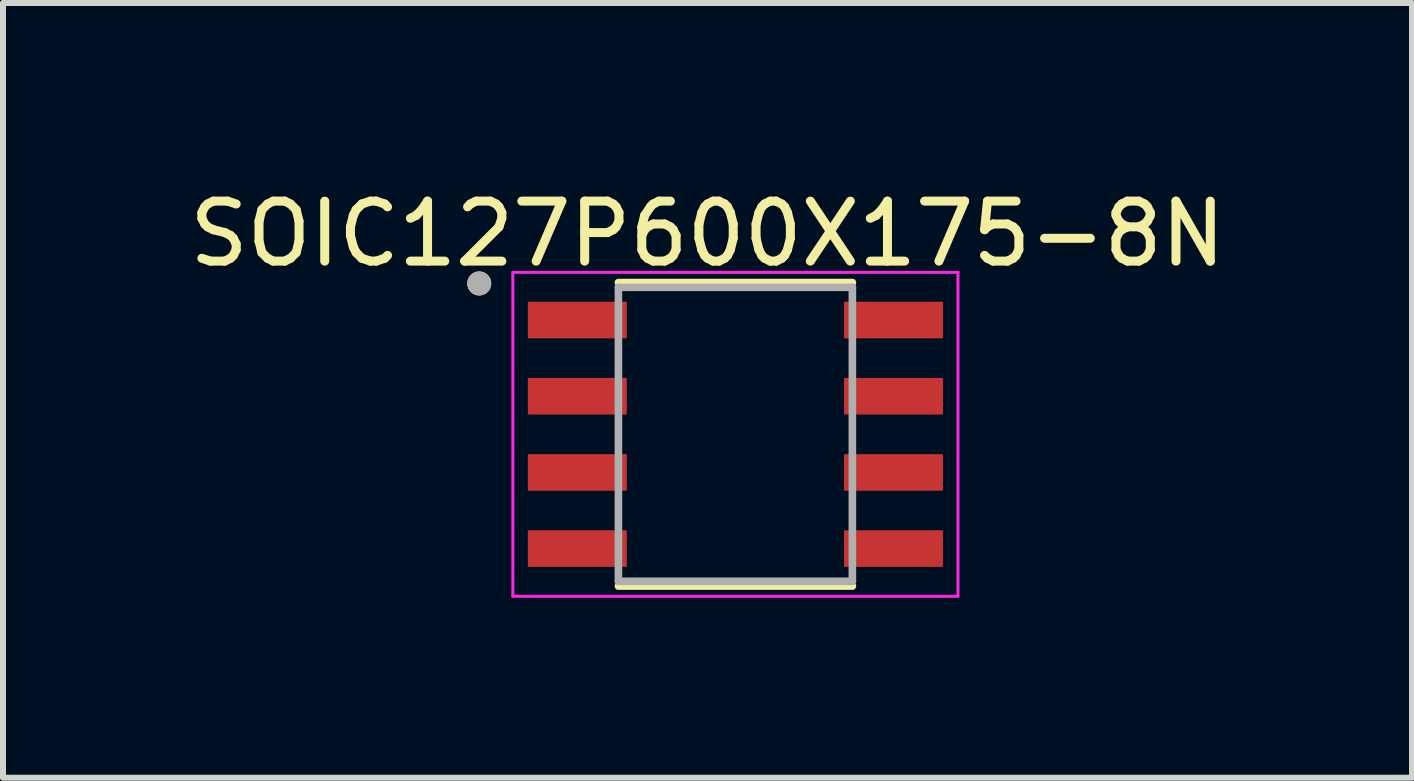
<source format=kicad_pcb>
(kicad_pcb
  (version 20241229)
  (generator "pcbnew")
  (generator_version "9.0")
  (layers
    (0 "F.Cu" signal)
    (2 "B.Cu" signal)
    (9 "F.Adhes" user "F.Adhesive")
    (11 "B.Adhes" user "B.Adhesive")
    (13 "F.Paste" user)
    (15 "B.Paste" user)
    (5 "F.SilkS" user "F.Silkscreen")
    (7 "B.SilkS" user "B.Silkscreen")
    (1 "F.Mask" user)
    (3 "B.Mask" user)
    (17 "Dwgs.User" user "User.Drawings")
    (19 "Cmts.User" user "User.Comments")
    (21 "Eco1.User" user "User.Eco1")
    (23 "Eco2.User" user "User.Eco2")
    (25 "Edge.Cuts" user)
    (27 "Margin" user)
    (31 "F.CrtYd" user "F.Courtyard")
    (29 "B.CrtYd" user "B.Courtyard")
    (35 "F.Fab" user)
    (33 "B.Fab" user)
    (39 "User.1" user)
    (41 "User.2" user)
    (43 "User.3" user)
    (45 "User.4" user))
  (footprint "SOIC127P600X175-8N"
    (layer "F.Cu")
    (at 9.209 4.19)
    (property "Reference" "SOIC127P600X175-8N" (at -0.465 -3.342 0) (layer "F.SilkS") (effects (font (size 1 1) (thickness 0.15))))
    (attr smd)
    (fp_line (start -1.95 -2.53) (end 1.95 -2.53) (stroke (width 0.127) (type solid)) (layer "F.SilkS"))
    (fp_line (start -1.95 2.53) (end 1.95 2.53) (stroke (width 0.127) (type solid)) (layer "F.SilkS"))
    (fp_circle (center -4.27 -2.515) (end -4.17 -2.515) (stroke (width 0.2) (type solid)) (fill no) (layer "F.SilkS"))
    (fp_line (start -3.71 -2.7) (end -3.71 2.7) (stroke (width 0.05) (type solid)) (layer "F.CrtYd"))
    (fp_line (start -3.71 -2.7) (end 3.71 -2.7) (stroke (width 0.05) (type solid)) (layer "F.CrtYd"))
    (fp_line (start -3.71 2.7) (end 3.71 2.7) (stroke (width 0.05) (type solid)) (layer "F.CrtYd"))
    (fp_line (start 3.71 -2.7) (end 3.71 2.7) (stroke (width 0.05) (type solid)) (layer "F.CrtYd"))
    (fp_line (start -1.95 -2.45) (end -1.95 2.45) (stroke (width 0.127) (type solid)) (layer "F.Fab"))
    (fp_line (start -1.95 -2.45) (end 1.95 -2.45) (stroke (width 0.127) (type solid)) (layer "F.Fab"))
    (fp_line (start -1.95 2.45) (end 1.95 2.45) (stroke (width 0.127) (type solid)) (layer "F.Fab"))
    (fp_line (start 1.95 -2.45) (end 1.95 2.45) (stroke (width 0.127) (type solid)) (layer "F.Fab"))
    (fp_circle (center -4.27 -2.515) (end -4.17 -2.515) (stroke (width 0.2) (type solid)) (fill no) (layer "F.Fab"))
    (pad "1" smd roundrect (at -2.635 -1.905) (size 1.65 0.61) (layers "F.Cu" "F.Mask" "F.Paste") (roundrect_rratio 0.02))
    (pad "2" smd roundrect (at -2.635 -0.635) (size 1.65 0.61) (layers "F.Cu" "F.Mask" "F.Paste") (roundrect_rratio 0.02))
    (pad "3" smd roundrect (at -2.635 0.635) (size 1.65 0.61) (layers "F.Cu" "F.Mask" "F.Paste") (roundrect_rratio 0.02))
    (pad "4" smd roundrect (at -2.635 1.905) (size 1.65 0.61) (layers "F.Cu" "F.Mask" "F.Paste") (roundrect_rratio 0.02))
    (pad "5" smd roundrect (at 2.635 1.905) (size 1.65 0.61) (layers "F.Cu" "F.Mask" "F.Paste") (roundrect_rratio 0.02))
    (pad "6" smd roundrect (at 2.635 0.635) (size 1.65 0.61) (layers "F.Cu" "F.Mask" "F.Paste") (roundrect_rratio 0.02))
    (pad "7" smd roundrect (at 2.635 -0.635) (size 1.65 0.61) (layers "F.Cu" "F.Mask" "F.Paste") (roundrect_rratio 0.02))
    (pad "8" smd roundrect (at 2.635 -1.905) (size 1.65 0.61) (layers "F.Cu" "F.Mask" "F.Paste") (roundrect_rratio 0.02)))
  (gr_rect
    (start -3 -3)
    (end 20.488 9.915)
    (stroke (width 0.1) (type default))
    (fill no)
    (layer "Edge.Cuts")))
</source>
